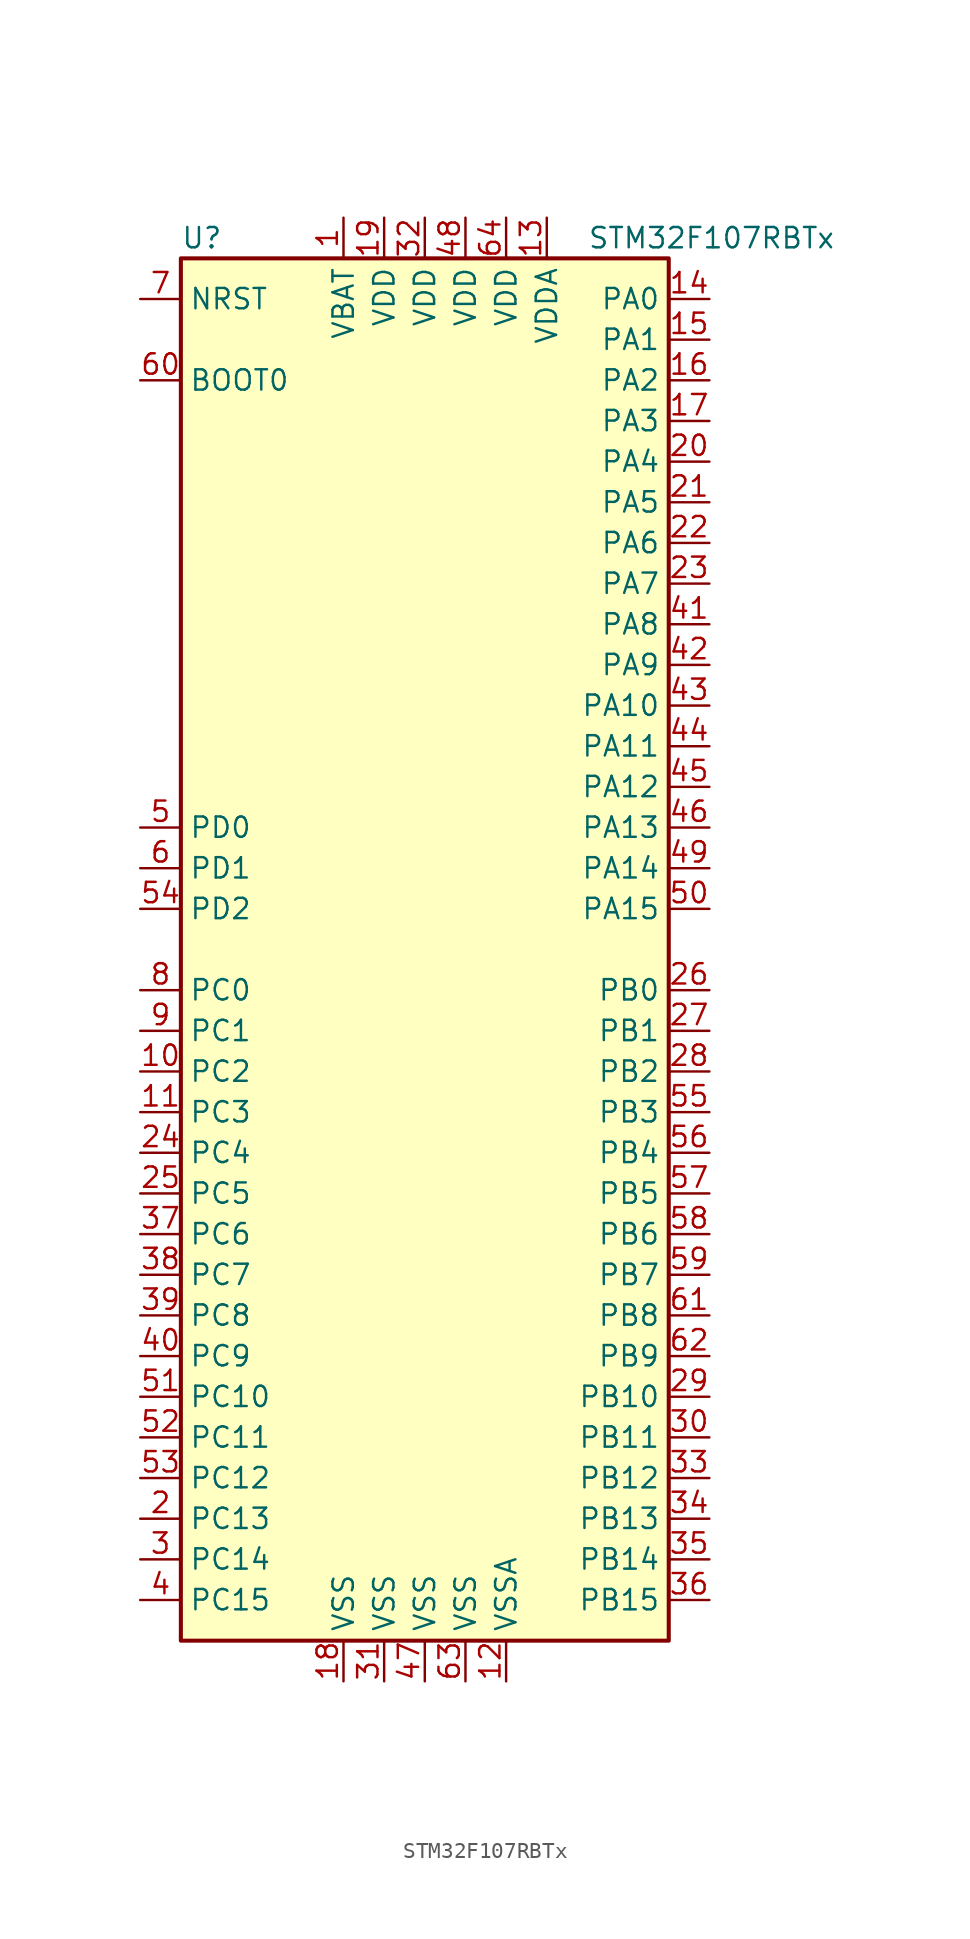
<source format=kicad_sym>
(kicad_symbol_lib
  (version 20201005)
  (generator kicad_symbol_editor)
  (symbol "STM32F107RBTx"
    (property "Reference" "U"
      (at -15.24 44.45 0)
      (effects (font (size 1.27 1.27)) (justify left)))
    (property "Value" "STM32F107RBTx"
      (at 10.16 44.45 0)
      (effects (font (size 1.27 1.27)) (justify left)))
    (symbol "STM32F107RBTx_0_1"
      (rectangle (start -15.24 -43.18) (end 15.24 43.18) (stroke (width 0.254)) (fill (type background))))
    (symbol "STM32F107RBTx_1_1"
      (pin power_in line (at -5.08 45.72 270) (length 2.54) (name "VBAT" (effects (font (size 1.27 1.27)))) (number "1" (effects (font (size 1.27 1.27)))))
      (pin bidirectional line (at -17.78 -7.62 0) (length 2.54) (name "PC2" (effects (font (size 1.27 1.27)))) (number "10" (effects (font (size 1.27 1.27)))))
      (pin bidirectional line (at -17.78 -10.16 0) (length 2.54) (name "PC3" (effects (font (size 1.27 1.27)))) (number "11" (effects (font (size 1.27 1.27)))))
      (pin power_in line (at 5.08 -45.72 90) (length 2.54) (name "VSSA" (effects (font (size 1.27 1.27)))) (number "12" (effects (font (size 1.27 1.27)))))
      (pin power_in line (at 7.62 45.72 270) (length 2.54) (name "VDDA" (effects (font (size 1.27 1.27)))) (number "13" (effects (font (size 1.27 1.27)))))
      (pin bidirectional line (at 17.78 40.64 180) (length 2.54) (name "PA0" (effects (font (size 1.27 1.27)))) (number "14" (effects (font (size 1.27 1.27)))))
      (pin bidirectional line (at 17.78 38.1 180) (length 2.54) (name "PA1" (effects (font (size 1.27 1.27)))) (number "15" (effects (font (size 1.27 1.27)))))
      (pin bidirectional line (at 17.78 35.56 180) (length 2.54) (name "PA2" (effects (font (size 1.27 1.27)))) (number "16" (effects (font (size 1.27 1.27)))))
      (pin bidirectional line (at 17.78 33.02 180) (length 2.54) (name "PA3" (effects (font (size 1.27 1.27)))) (number "17" (effects (font (size 1.27 1.27)))))
      (pin power_in line (at -5.08 -45.72 90) (length 2.54) (name "VSS" (effects (font (size 1.27 1.27)))) (number "18" (effects (font (size 1.27 1.27)))))
      (pin power_in line (at -2.54 45.72 270) (length 2.54) (name "VDD" (effects (font (size 1.27 1.27)))) (number "19" (effects (font (size 1.27 1.27)))))
      (pin bidirectional line (at -17.78 -35.56 0) (length 2.54) (name "PC13" (effects (font (size 1.27 1.27)))) (number "2" (effects (font (size 1.27 1.27)))))
      (pin bidirectional line (at 17.78 30.48 180) (length 2.54) (name "PA4" (effects (font (size 1.27 1.27)))) (number "20" (effects (font (size 1.27 1.27)))))
      (pin bidirectional line (at 17.78 27.94 180) (length 2.54) (name "PA5" (effects (font (size 1.27 1.27)))) (number "21" (effects (font (size 1.27 1.27)))))
      (pin bidirectional line (at 17.78 25.4 180) (length 2.54) (name "PA6" (effects (font (size 1.27 1.27)))) (number "22" (effects (font (size 1.27 1.27)))))
      (pin bidirectional line (at 17.78 22.86 180) (length 2.54) (name "PA7" (effects (font (size 1.27 1.27)))) (number "23" (effects (font (size 1.27 1.27)))))
      (pin bidirectional line (at -17.78 -12.7 0) (length 2.54) (name "PC4" (effects (font (size 1.27 1.27)))) (number "24" (effects (font (size 1.27 1.27)))))
      (pin bidirectional line (at -17.78 -15.24 0) (length 2.54) (name "PC5" (effects (font (size 1.27 1.27)))) (number "25" (effects (font (size 1.27 1.27)))))
      (pin bidirectional line (at 17.78 -2.54 180) (length 2.54) (name "PB0" (effects (font (size 1.27 1.27)))) (number "26" (effects (font (size 1.27 1.27)))))
      (pin bidirectional line (at 17.78 -5.08 180) (length 2.54) (name "PB1" (effects (font (size 1.27 1.27)))) (number "27" (effects (font (size 1.27 1.27)))))
      (pin bidirectional line (at 17.78 -7.62 180) (length 2.54) (name "PB2" (effects (font (size 1.27 1.27)))) (number "28" (effects (font (size 1.27 1.27)))))
      (pin bidirectional line (at 17.78 -27.94 180) (length 2.54) (name "PB10" (effects (font (size 1.27 1.27)))) (number "29" (effects (font (size 1.27 1.27)))))
      (pin bidirectional line (at -17.78 -38.1 0) (length 2.54) (name "PC14" (effects (font (size 1.27 1.27)))) (number "3" (effects (font (size 1.27 1.27)))))
      (pin bidirectional line (at 17.78 -30.48 180) (length 2.54) (name "PB11" (effects (font (size 1.27 1.27)))) (number "30" (effects (font (size 1.27 1.27)))))
      (pin power_in line (at -2.54 -45.72 90) (length 2.54) (name "VSS" (effects (font (size 1.27 1.27)))) (number "31" (effects (font (size 1.27 1.27)))))
      (pin power_in line (at 0 45.72 270) (length 2.54) (name "VDD" (effects (font (size 1.27 1.27)))) (number "32" (effects (font (size 1.27 1.27)))))
      (pin bidirectional line (at 17.78 -33.02 180) (length 2.54) (name "PB12" (effects (font (size 1.27 1.27)))) (number "33" (effects (font (size 1.27 1.27)))))
      (pin bidirectional line (at 17.78 -35.56 180) (length 2.54) (name "PB13" (effects (font (size 1.27 1.27)))) (number "34" (effects (font (size 1.27 1.27)))))
      (pin bidirectional line (at 17.78 -38.1 180) (length 2.54) (name "PB14" (effects (font (size 1.27 1.27)))) (number "35" (effects (font (size 1.27 1.27)))))
      (pin bidirectional line (at 17.78 -40.64 180) (length 2.54) (name "PB15" (effects (font (size 1.27 1.27)))) (number "36" (effects (font (size 1.27 1.27)))))
      (pin bidirectional line (at -17.78 -17.78 0) (length 2.54) (name "PC6" (effects (font (size 1.27 1.27)))) (number "37" (effects (font (size 1.27 1.27)))))
      (pin bidirectional line (at -17.78 -20.32 0) (length 2.54) (name "PC7" (effects (font (size 1.27 1.27)))) (number "38" (effects (font (size 1.27 1.27)))))
      (pin bidirectional line (at -17.78 -22.86 0) (length 2.54) (name "PC8" (effects (font (size 1.27 1.27)))) (number "39" (effects (font (size 1.27 1.27)))))
      (pin bidirectional line (at -17.78 -40.64 0) (length 2.54) (name "PC15" (effects (font (size 1.27 1.27)))) (number "4" (effects (font (size 1.27 1.27)))))
      (pin bidirectional line (at -17.78 -25.4 0) (length 2.54) (name "PC9" (effects (font (size 1.27 1.27)))) (number "40" (effects (font (size 1.27 1.27)))))
      (pin bidirectional line (at 17.78 20.32 180) (length 2.54) (name "PA8" (effects (font (size 1.27 1.27)))) (number "41" (effects (font (size 1.27 1.27)))))
      (pin bidirectional line (at 17.78 17.78 180) (length 2.54) (name "PA9" (effects (font (size 1.27 1.27)))) (number "42" (effects (font (size 1.27 1.27)))))
      (pin bidirectional line (at 17.78 15.24 180) (length 2.54) (name "PA10" (effects (font (size 1.27 1.27)))) (number "43" (effects (font (size 1.27 1.27)))))
      (pin bidirectional line (at 17.78 12.7 180) (length 2.54) (name "PA11" (effects (font (size 1.27 1.27)))) (number "44" (effects (font (size 1.27 1.27)))))
      (pin bidirectional line (at 17.78 10.16 180) (length 2.54) (name "PA12" (effects (font (size 1.27 1.27)))) (number "45" (effects (font (size 1.27 1.27)))))
      (pin bidirectional line (at 17.78 7.62 180) (length 2.54) (name "PA13" (effects (font (size 1.27 1.27)))) (number "46" (effects (font (size 1.27 1.27)))))
      (pin power_in line (at 0 -45.72 90) (length 2.54) (name "VSS" (effects (font (size 1.27 1.27)))) (number "47" (effects (font (size 1.27 1.27)))))
      (pin power_in line (at 2.54 45.72 270) (length 2.54) (name "VDD" (effects (font (size 1.27 1.27)))) (number "48" (effects (font (size 1.27 1.27)))))
      (pin bidirectional line (at 17.78 5.08 180) (length 2.54) (name "PA14" (effects (font (size 1.27 1.27)))) (number "49" (effects (font (size 1.27 1.27)))))
      (pin input line (at -17.78 7.62 0) (length 2.54) (name "PD0" (effects (font (size 1.27 1.27)))) (number "5" (effects (font (size 1.27 1.27)))))
      (pin bidirectional line (at 17.78 2.54 180) (length 2.54) (name "PA15" (effects (font (size 1.27 1.27)))) (number "50" (effects (font (size 1.27 1.27)))))
      (pin bidirectional line (at -17.78 -27.94 0) (length 2.54) (name "PC10" (effects (font (size 1.27 1.27)))) (number "51" (effects (font (size 1.27 1.27)))))
      (pin bidirectional line (at -17.78 -30.48 0) (length 2.54) (name "PC11" (effects (font (size 1.27 1.27)))) (number "52" (effects (font (size 1.27 1.27)))))
      (pin bidirectional line (at -17.78 -33.02 0) (length 2.54) (name "PC12" (effects (font (size 1.27 1.27)))) (number "53" (effects (font (size 1.27 1.27)))))
      (pin bidirectional line (at -17.78 2.54 0) (length 2.54) (name "PD2" (effects (font (size 1.27 1.27)))) (number "54" (effects (font (size 1.27 1.27)))))
      (pin bidirectional line (at 17.78 -10.16 180) (length 2.54) (name "PB3" (effects (font (size 1.27 1.27)))) (number "55" (effects (font (size 1.27 1.27)))))
      (pin bidirectional line (at 17.78 -12.7 180) (length 2.54) (name "PB4" (effects (font (size 1.27 1.27)))) (number "56" (effects (font (size 1.27 1.27)))))
      (pin bidirectional line (at 17.78 -15.24 180) (length 2.54) (name "PB5" (effects (font (size 1.27 1.27)))) (number "57" (effects (font (size 1.27 1.27)))))
      (pin bidirectional line (at 17.78 -17.78 180) (length 2.54) (name "PB6" (effects (font (size 1.27 1.27)))) (number "58" (effects (font (size 1.27 1.27)))))
      (pin bidirectional line (at 17.78 -20.32 180) (length 2.54) (name "PB7" (effects (font (size 1.27 1.27)))) (number "59" (effects (font (size 1.27 1.27)))))
      (pin input line (at -17.78 5.08 0) (length 2.54) (name "PD1" (effects (font (size 1.27 1.27)))) (number "6" (effects (font (size 1.27 1.27)))))
      (pin input line (at -17.78 35.56 0) (length 2.54) (name "BOOT0" (effects (font (size 1.27 1.27)))) (number "60" (effects (font (size 1.27 1.27)))))
      (pin bidirectional line (at 17.78 -22.86 180) (length 2.54) (name "PB8" (effects (font (size 1.27 1.27)))) (number "61" (effects (font (size 1.27 1.27)))))
      (pin bidirectional line (at 17.78 -25.4 180) (length 2.54) (name "PB9" (effects (font (size 1.27 1.27)))) (number "62" (effects (font (size 1.27 1.27)))))
      (pin power_in line (at 2.54 -45.72 90) (length 2.54) (name "VSS" (effects (font (size 1.27 1.27)))) (number "63" (effects (font (size 1.27 1.27)))))
      (pin power_in line (at 5.08 45.72 270) (length 2.54) (name "VDD" (effects (font (size 1.27 1.27)))) (number "64" (effects (font (size 1.27 1.27)))))
      (pin input line (at -17.78 40.64 0) (length 2.54) (name "NRST" (effects (font (size 1.27 1.27)))) (number "7" (effects (font (size 1.27 1.27)))))
      (pin bidirectional line (at -17.78 -2.54 0) (length 2.54) (name "PC0" (effects (font (size 1.27 1.27)))) (number "8" (effects (font (size 1.27 1.27)))))
      (pin bidirectional line (at -17.78 -5.08 0) (length 2.54) (name "PC1" (effects (font (size 1.27 1.27)))) (number "9" (effects (font (size 1.27 1.27))))))))
</source>
